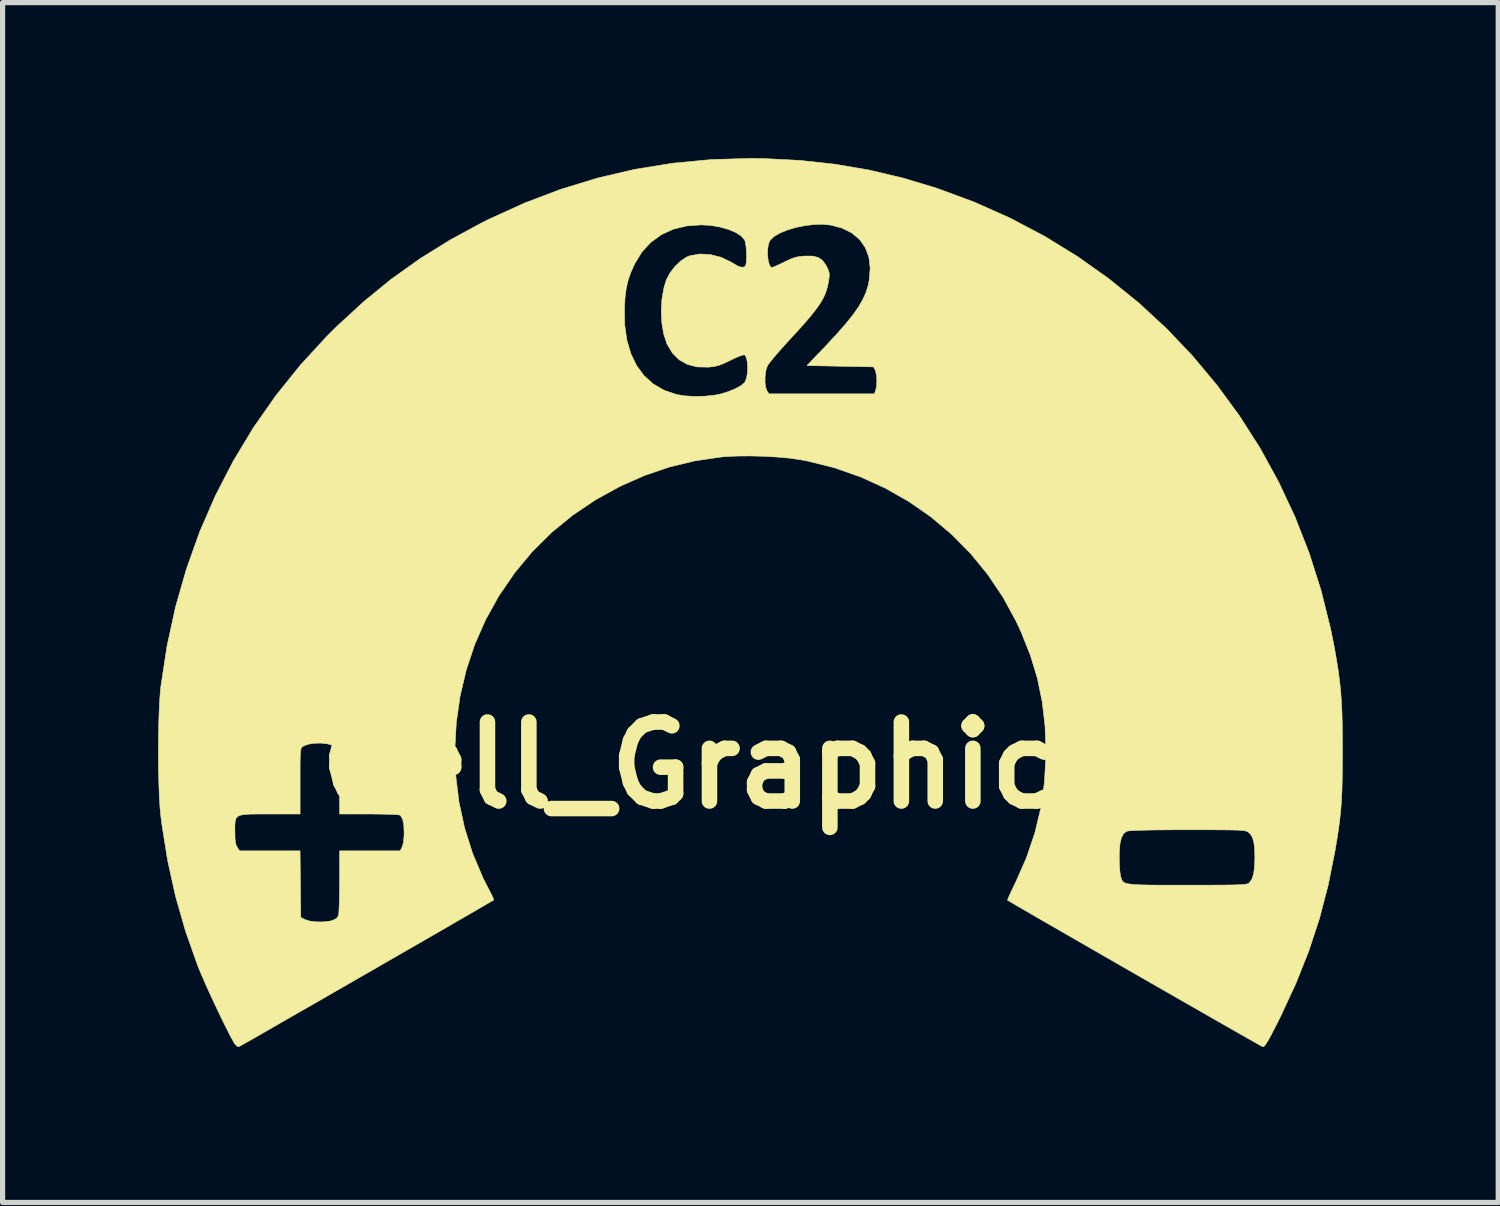
<source format=kicad_pcb>
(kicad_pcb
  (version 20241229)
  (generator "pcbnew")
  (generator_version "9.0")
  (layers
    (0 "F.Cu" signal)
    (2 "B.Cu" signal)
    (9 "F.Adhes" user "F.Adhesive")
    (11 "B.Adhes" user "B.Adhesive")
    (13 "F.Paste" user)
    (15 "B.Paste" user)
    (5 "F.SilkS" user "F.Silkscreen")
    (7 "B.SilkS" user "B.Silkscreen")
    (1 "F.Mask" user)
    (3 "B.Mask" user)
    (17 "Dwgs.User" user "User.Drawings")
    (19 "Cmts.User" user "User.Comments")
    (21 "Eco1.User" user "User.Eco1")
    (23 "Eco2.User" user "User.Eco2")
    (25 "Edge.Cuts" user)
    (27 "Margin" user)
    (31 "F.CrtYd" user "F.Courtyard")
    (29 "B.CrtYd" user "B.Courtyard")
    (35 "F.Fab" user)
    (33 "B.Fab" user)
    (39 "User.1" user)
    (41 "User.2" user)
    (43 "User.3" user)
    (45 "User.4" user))
  (footprint "Cell_Graphic_C2"
    (layer "F.Cu")
    (at 12.339 11.71)
    (property "Reference" "Cell_Graphic_C2" (at 0 0 0) (layer "F.SilkS") (effects (font (size 1.524 1.524) (thickness 0.3))))
    (attr through_hole)
    (fp_poly (pts (xy -0.66 -11.702) (xy 0.041 -11.666) (xy 0.717 -11.593) (xy 1.376 -11.48) (xy 2.028 -11.326) (xy 2.682 -11.129) (xy 2.692 -11.125) (xy 3.406 -10.861) (xy 4.095 -10.553) (xy 4.757 -10.204) (xy 5.39 -9.815) (xy 5.994 -9.387) (xy 6.567 -8.924) (xy 7.108 -8.425) (xy 7.614 -7.893) (xy 8.085 -7.329) (xy 8.519 -6.736) (xy 8.916 -6.114) (xy 9.272 -5.465) (xy 9.588 -4.791) (xy 9.861 -4.094) (xy 10.09 -3.375) (xy 10.274 -2.636) (xy 10.349 -2.261) (xy 10.389 -2.03) (xy 10.422 -1.823) (xy 10.448 -1.628) (xy 10.468 -1.438) (xy 10.482 -1.242) (xy 10.493 -1.031) (xy 10.499 -0.795) (xy 10.502 -0.525) (xy 10.502 -0.292) (xy 10.502 -0.001) (xy 10.499 0.248) (xy 10.494 0.464) (xy 10.485 0.658) (xy 10.473 0.838) (xy 10.455 1.013) (xy 10.433 1.192) (xy 10.404 1.385) (xy 10.368 1.601) (xy 10.362 1.638) (xy 10.229 2.307) (xy 10.061 2.951) (xy 9.854 3.582) (xy 9.605 4.208) (xy 9.312 4.84) (xy 9.289 4.885) (xy 9.2 5.062) (xy 9.13 5.197) (xy 9.076 5.296) (xy 9.035 5.364) (xy 9.005 5.405) (xy 8.982 5.425) (xy 8.964 5.428) (xy 8.963 5.428) (xy 8.938 5.414) (xy 8.872 5.377) (xy 8.769 5.319) (xy 8.632 5.241) (xy 8.465 5.146) (xy 8.271 5.035) (xy 8.053 4.911) (xy 7.816 4.775) (xy 7.562 4.63) (xy 7.295 4.477) (xy 7.018 4.318) (xy 6.735 4.156) (xy 6.45 3.992) (xy 6.164 3.828) (xy 5.884 3.667) (xy 5.61 3.509) (xy 5.348 3.358) (xy 5.099 3.215) (xy 4.869 3.082) (xy 4.66 2.962) (xy 4.476 2.855) (xy 4.319 2.764) (xy 4.195 2.692) (xy 4.105 2.639) (xy 4.054 2.608) (xy 4.043 2.602) (xy 4.05 2.578) (xy 4.077 2.516) (xy 4.118 2.426) (xy 4.172 2.314) (xy 4.2 2.256) (xy 4.409 1.781) (xy 4.412 1.772) (xy 6.198 1.772) (xy 6.2 1.896) (xy 6.207 2.011) (xy 6.217 2.101) (xy 6.224 2.139) (xy 6.235 2.178) (xy 6.247 2.211) (xy 6.263 2.238) (xy 6.29 2.26) (xy 6.33 2.277) (xy 6.388 2.289) (xy 6.469 2.299) (xy 6.577 2.305) (xy 6.716 2.309) (xy 6.891 2.311) (xy 7.105 2.311) (xy 7.364 2.311) (xy 7.511 2.311) (xy 7.783 2.311) (xy 8.009 2.311) (xy 8.193 2.31) (xy 8.34 2.309) (xy 8.454 2.306) (xy 8.54 2.303) (xy 8.603 2.298) (xy 8.646 2.292) (xy 8.675 2.285) (xy 8.695 2.276) (xy 8.709 2.264) (xy 8.711 2.262) (xy 8.758 2.193) (xy 8.79 2.091) (xy 8.808 1.951) (xy 8.814 1.778) (xy 8.809 1.608) (xy 8.793 1.48) (xy 8.765 1.387) (xy 8.722 1.321) (xy 8.695 1.297) (xy 8.678 1.284) (xy 8.657 1.274) (xy 8.629 1.265) (xy 8.588 1.259) (xy 8.53 1.254) (xy 8.45 1.25) (xy 8.344 1.248) (xy 8.206 1.246) (xy 8.032 1.245) (xy 7.817 1.245) (xy 7.557 1.245) (xy 7.516 1.245) (xy 7.211 1.245) (xy 6.955 1.247) (xy 6.745 1.25) (xy 6.581 1.254) (xy 6.46 1.259) (xy 6.381 1.265) (xy 6.341 1.273) (xy 6.34 1.273) (xy 6.281 1.319) (xy 6.239 1.398) (xy 6.212 1.514) (xy 6.199 1.673) (xy 6.198 1.772) (xy 4.412 1.772) (xy 4.57 1.306) (xy 4.685 0.826) (xy 4.755 0.331) (xy 4.783 -0.185) (xy 4.783 -0.254) (xy 4.767 -0.753) (xy 4.712 -1.225) (xy 4.618 -1.681) (xy 4.481 -2.13) (xy 4.3 -2.582) (xy 4.207 -2.781) (xy 3.954 -3.245) (xy 3.661 -3.68) (xy 3.331 -4.084) (xy 2.965 -4.454) (xy 2.568 -4.789) (xy 2.14 -5.087) (xy 1.685 -5.345) (xy 1.206 -5.563) (xy 0.705 -5.738) (xy 0.184 -5.868) (xy 0.038 -5.895) (xy -0.166 -5.924) (xy -0.405 -5.945) (xy -0.664 -5.96) (xy -0.926 -5.966) (xy -1.178 -5.964) (xy -1.402 -5.953) (xy -1.477 -5.946) (xy -1.989 -5.871) (xy -2.481 -5.752) (xy -2.961 -5.588) (xy -3.416 -5.387) (xy -3.897 -5.124) (xy -4.341 -4.825) (xy -4.75 -4.491) (xy -5.123 -4.121) (xy -5.462 -3.713) (xy -5.767 -3.268) (xy -5.771 -3.261) (xy -6.024 -2.805) (xy -6.233 -2.33) (xy -6.396 -1.839) (xy -6.515 -1.337) (xy -6.588 -0.828) (xy -6.616 -0.315) (xy -6.599 0.198) (xy -6.537 0.706) (xy -6.429 1.207) (xy -6.275 1.696) (xy -6.075 2.169) (xy -5.948 2.418) (xy -5.906 2.5) (xy -5.877 2.563) (xy -5.867 2.596) (xy -5.868 2.598) (xy -5.892 2.613) (xy -5.958 2.651) (xy -6.06 2.711) (xy -6.196 2.79) (xy -6.362 2.887) (xy -6.556 2.998) (xy -6.772 3.124) (xy -7.009 3.26) (xy -7.263 3.407) (xy -7.529 3.56) (xy -7.805 3.719) (xy -8.087 3.882) (xy -8.373 4.046) (xy -8.657 4.21) (xy -8.938 4.371) (xy -9.211 4.529) (xy -9.473 4.679) (xy -9.721 4.821) (xy -9.951 4.953) (xy -10.159 5.073) (xy -10.343 5.179) (xy -10.499 5.268) (xy -10.624 5.339) (xy -10.713 5.389) (xy -10.764 5.418) (xy -10.775 5.424) (xy -10.815 5.421) (xy -10.858 5.376) (xy -10.872 5.355) (xy -10.919 5.272) (xy -10.983 5.15) (xy -11.059 4.999) (xy -11.143 4.827) (xy -11.231 4.642) (xy -11.319 4.453) (xy -11.403 4.269) (xy -11.478 4.098) (xy -11.542 3.949) (xy -11.577 3.861) (xy -11.812 3.195) (xy -12.005 2.521) (xy -12.157 1.83) (xy -12.251 1.24) (xy -10.859 1.24) (xy -10.858 1.28) (xy -10.856 1.405) (xy -10.847 1.492) (xy -10.83 1.552) (xy -10.813 1.582) (xy -10.768 1.651) (xy -9.602 1.651) (xy -9.595 2.292) (xy -9.588 2.934) (xy -9.5 2.978) (xy -9.409 3.006) (xy -9.288 3.02) (xy -9.156 3.021) (xy -9.03 3.006) (xy -8.984 2.996) (xy -8.901 2.956) (xy -8.863 2.905) (xy -8.856 2.862) (xy -8.85 2.776) (xy -8.845 2.656) (xy -8.842 2.509) (xy -8.84 2.344) (xy -8.839 2.246) (xy -8.839 1.651) (xy -7.672 1.651) (xy -7.633 1.576) (xy -7.608 1.491) (xy -7.596 1.361) (xy -7.595 1.295) (xy -7.601 1.148) (xy -7.622 1.045) (xy -7.658 0.979) (xy -7.681 0.959) (xy -7.714 0.954) (xy -7.789 0.949) (xy -7.9 0.945) (xy -8.039 0.942) (xy -8.198 0.94) (xy -8.274 0.94) (xy -8.839 0.94) (xy -8.839 0.329) (xy -8.839 0.138) (xy -8.84 -0.01) (xy -8.842 -0.119) (xy -8.846 -0.198) (xy -8.852 -0.252) (xy -8.861 -0.288) (xy -8.873 -0.313) (xy -8.89 -0.332) (xy -8.899 -0.342) (xy -8.973 -0.386) (xy -9.08 -0.415) (xy -9.206 -0.428) (xy -9.335 -0.424) (xy -9.453 -0.404) (xy -9.544 -0.366) (xy -9.562 -0.353) (xy -9.575 -0.337) (xy -9.585 -0.311) (xy -9.592 -0.269) (xy -9.597 -0.205) (xy -9.6 -0.112) (xy -9.601 0.015) (xy -9.601 0.183) (xy -9.601 0.305) (xy -9.601 0.94) (xy -10.181 0.94) (xy -10.384 0.94) (xy -10.542 0.941) (xy -10.66 0.948) (xy -10.745 0.961) (xy -10.801 0.985) (xy -10.835 1.022) (xy -10.852 1.075) (xy -10.858 1.147) (xy -10.859 1.24) (xy -12.251 1.24) (xy -12.271 1.113) (xy -12.286 0.991) (xy -12.303 0.817) (xy -12.316 0.603) (xy -12.325 0.357) (xy -12.332 0.09) (xy -12.334 -0.19) (xy -12.333 -0.472) (xy -12.329 -0.748) (xy -12.321 -1.006) (xy -12.31 -1.239) (xy -12.296 -1.436) (xy -12.286 -1.524) (xy -12.168 -2.299) (xy -12.003 -3.056) (xy -11.792 -3.791) (xy -11.537 -4.505) (xy -11.236 -5.197) (xy -10.892 -5.864) (xy -10.505 -6.506) (xy -10.074 -7.123) (xy -9.602 -7.711) (xy -9.087 -8.272) (xy -8.887 -8.471) (xy -8.5 -8.826) (xy -3.345 -8.826) (xy -3.341 -8.501) (xy -3.3 -8.206) (xy -3.223 -7.942) (xy -3.113 -7.712) (xy -2.968 -7.515) (xy -2.791 -7.356) (xy -2.582 -7.234) (xy -2.343 -7.152) (xy -2.342 -7.151) (xy -2.18 -7.125) (xy -1.988 -7.114) (xy -1.789 -7.119) (xy -1.601 -7.139) (xy -1.488 -7.162) (xy -1.339 -7.208) (xy -1.206 -7.263) (xy -1.1 -7.321) (xy -1.032 -7.378) (xy -1.025 -7.387) (xy -0.634 -7.387) (xy -0.621 -7.287) (xy -0.595 -7.219) (xy -0.556 -7.163) (xy 1.474 -7.163) (xy 1.499 -7.228) (xy 1.517 -7.311) (xy 1.523 -7.416) (xy 1.516 -7.522) (xy 1.498 -7.605) (xy 1.491 -7.62) (xy 1.459 -7.684) (xy 0.175 -7.709) (xy 0.548 -8.1) (xy 0.754 -8.322) (xy 0.925 -8.517) (xy 1.063 -8.689) (xy 1.172 -8.845) (xy 1.255 -8.989) (xy 1.316 -9.127) (xy 1.357 -9.262) (xy 1.375 -9.354) (xy 1.394 -9.589) (xy 1.369 -9.799) (xy 1.301 -9.984) (xy 1.191 -10.14) (xy 1.042 -10.266) (xy 0.853 -10.36) (xy 0.643 -10.417) (xy 0.488 -10.434) (xy 0.317 -10.43) (xy 0.139 -10.409) (xy -0.037 -10.373) (xy -0.202 -10.324) (xy -0.346 -10.265) (xy -0.46 -10.199) (xy -0.535 -10.126) (xy -0.548 -10.105) (xy -0.572 -10.031) (xy -0.584 -9.937) (xy -0.584 -9.836) (xy -0.573 -9.739) (xy -0.553 -9.66) (xy -0.525 -9.611) (xy -0.502 -9.601) (xy -0.466 -9.612) (xy -0.398 -9.641) (xy -0.308 -9.684) (xy -0.262 -9.706) (xy -0.147 -9.761) (xy -0.055 -9.795) (xy 0.035 -9.814) (xy 0.131 -9.822) (xy 0.278 -9.822) (xy 0.388 -9.796) (xy 0.471 -9.742) (xy 0.537 -9.654) (xy 0.557 -9.616) (xy 0.59 -9.544) (xy 0.605 -9.486) (xy 0.604 -9.422) (xy 0.591 -9.329) (xy 0.591 -9.329) (xy 0.569 -9.223) (xy 0.539 -9.124) (xy 0.498 -9.027) (xy 0.441 -8.926) (xy 0.365 -8.815) (xy 0.267 -8.689) (xy 0.143 -8.542) (xy -0.012 -8.37) (xy -0.152 -8.218) (xy -0.269 -8.09) (xy -0.376 -7.969) (xy -0.467 -7.862) (xy -0.537 -7.776) (xy -0.581 -7.716) (xy -0.59 -7.7) (xy -0.618 -7.611) (xy -0.632 -7.501) (xy -0.634 -7.387) (xy -1.025 -7.387) (xy -1.021 -7.393) (xy -0.992 -7.464) (xy -0.975 -7.559) (xy -0.969 -7.663) (xy -0.974 -7.765) (xy -0.99 -7.85) (xy -1.015 -7.905) (xy -1.031 -7.916) (xy -1.068 -7.911) (xy -1.138 -7.887) (xy -1.23 -7.846) (xy -1.302 -7.812) (xy -1.423 -7.753) (xy -1.517 -7.716) (xy -1.604 -7.694) (xy -1.699 -7.681) (xy -1.728 -7.679) (xy -1.942 -7.683) (xy -2.13 -7.731) (xy -2.29 -7.821) (xy -2.422 -7.953) (xy -2.525 -8.126) (xy -2.526 -8.13) (xy -2.588 -8.315) (xy -2.624 -8.53) (xy -2.636 -8.762) (xy -2.622 -8.995) (xy -2.582 -9.217) (xy -2.538 -9.36) (xy -2.471 -9.49) (xy -2.376 -9.615) (xy -2.265 -9.723) (xy -2.148 -9.801) (xy -2.083 -9.828) (xy -1.891 -9.861) (xy -1.687 -9.85) (xy -1.483 -9.798) (xy -1.288 -9.705) (xy -1.245 -9.678) (xy -1.144 -9.622) (xy -1.067 -9.603) (xy -1.018 -9.622) (xy -1.006 -9.641) (xy -0.994 -9.705) (xy -0.99 -9.8) (xy -0.992 -9.908) (xy -1.001 -10.013) (xy -1.015 -10.096) (xy -1.027 -10.131) (xy -1.091 -10.206) (xy -1.196 -10.275) (xy -1.335 -10.334) (xy -1.497 -10.38) (xy -1.675 -10.411) (xy -1.859 -10.423) (xy -1.867 -10.423) (xy -2.148 -10.402) (xy -2.405 -10.339) (xy -2.635 -10.233) (xy -2.836 -10.087) (xy -3.007 -9.902) (xy -3.144 -9.679) (xy -3.149 -9.669) (xy -3.221 -9.509) (xy -3.273 -9.361) (xy -3.309 -9.209) (xy -3.332 -9.038) (xy -3.345 -8.832) (xy -3.345 -8.826) (xy -8.5 -8.826) (xy -8.37 -8.946) (xy -7.841 -9.377) (xy -7.29 -9.77) (xy -6.711 -10.13) (xy -6.094 -10.465) (xy -5.973 -10.525) (xy -5.275 -10.843) (xy -4.572 -11.11) (xy -3.861 -11.327) (xy -3.141 -11.495) (xy -2.41 -11.613) (xy -1.666 -11.683) (xy -0.909 -11.705) (xy -0.66 -11.702)) (stroke (width 0.01) (type solid)) (fill yes) (layer "F.SilkS")))
  (gr_rect
    (start -3 -3)
    (end 25.847 20.142)
    (stroke (width 0.1) (type default))
    (fill no)
    (layer "Edge.Cuts")))
</source>
